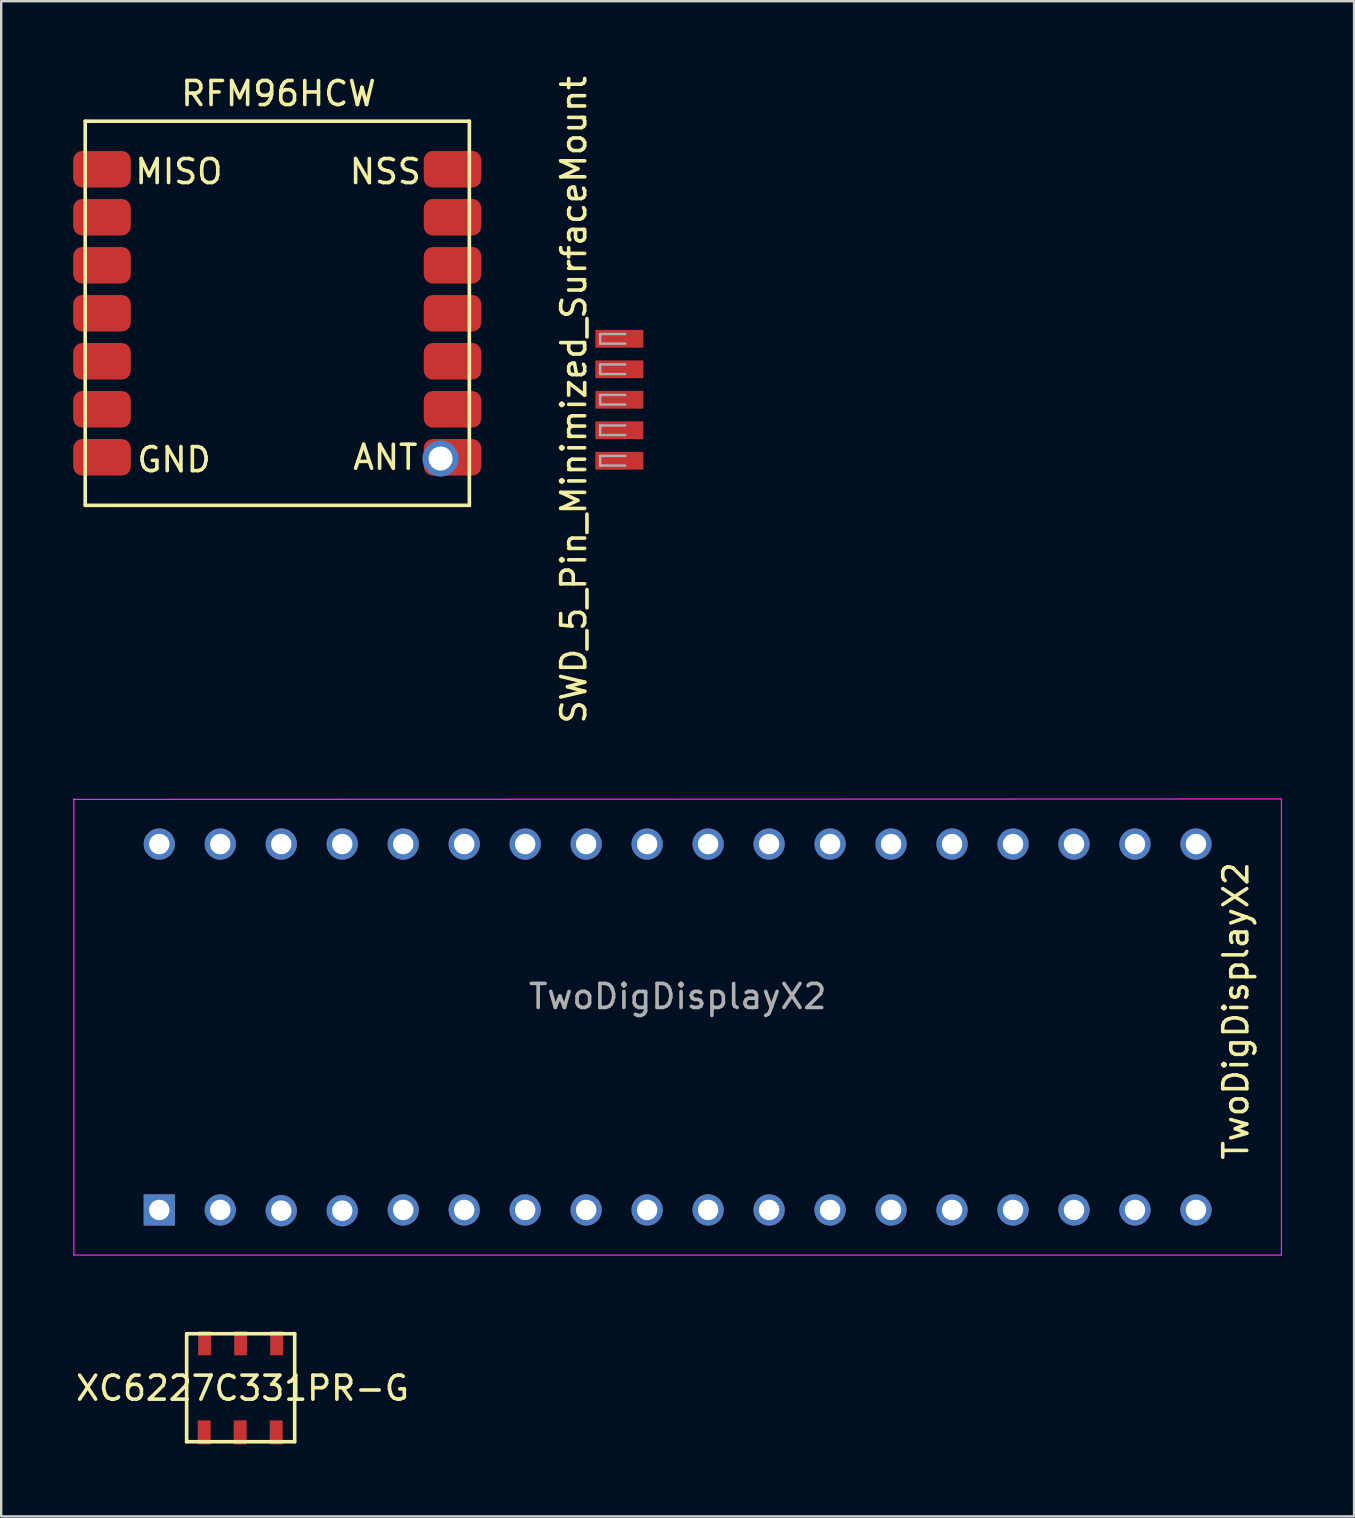
<source format=kicad_pcb>
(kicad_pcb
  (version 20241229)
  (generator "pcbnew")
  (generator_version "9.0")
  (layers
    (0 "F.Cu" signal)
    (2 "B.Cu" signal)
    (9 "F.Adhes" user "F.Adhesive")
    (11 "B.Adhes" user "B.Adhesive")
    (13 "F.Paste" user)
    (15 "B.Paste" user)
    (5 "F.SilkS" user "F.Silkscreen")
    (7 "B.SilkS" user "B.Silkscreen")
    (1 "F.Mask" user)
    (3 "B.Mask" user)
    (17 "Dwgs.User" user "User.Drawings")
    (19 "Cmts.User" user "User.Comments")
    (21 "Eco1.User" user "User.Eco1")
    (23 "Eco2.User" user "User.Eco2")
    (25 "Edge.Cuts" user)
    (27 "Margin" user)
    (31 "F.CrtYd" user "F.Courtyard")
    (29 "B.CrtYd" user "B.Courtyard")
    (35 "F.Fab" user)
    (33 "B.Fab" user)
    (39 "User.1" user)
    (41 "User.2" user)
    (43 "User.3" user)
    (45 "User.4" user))
  (footprint "RFM96HCW"
    (layer "F.Cu")
    (at 8.5 9.998)
    (property "Reference" "RFM96HCW" (at 0.05 -9.15 0) (layer "F.SilkS") (effects (font (size 1 1) (thickness 0.15))))
    (attr through_hole)
    (fp_line (start -8 -8) (end 8 -8) (stroke (width 0.15) (type solid)) (layer "F.SilkS"))
    (fp_line (start -8 8) (end -8 -8) (stroke (width 0.15) (type solid)) (layer "F.SilkS"))
    (fp_line (start 8 -8) (end 8 8) (stroke (width 0.15) (type solid)) (layer "F.SilkS"))
    (fp_line (start 8 8) (end -8 8) (stroke (width 0.15) (type solid)) (layer "F.SilkS"))
    (fp_text user "NSS" (at 4.5 -5.9 0) (layer "F.SilkS") (effects (font (size 1 1) (thickness 0.15))))
    (fp_text user "MISO" (at -4.1 -5.9 0) (layer "F.SilkS") (effects (font (size 1 1) (thickness 0.15))))
    (fp_text user "GND" (at -4.3 6.1 0) (layer "F.SilkS") (effects (font (size 1 1) (thickness 0.15))))
    (fp_text user "ANT" (at 4.5 6 0) (layer "F.SilkS") (effects (font (size 1 1) (thickness 0.15))))
    (pad "1" thru_hole circle (at 6.8 6.05) (size 1.5 1.5) (drill 1) (layers "*.Cu" "*.Mask"))
    (pad "1" smd roundrect (at 7.3 6) (size 2.4 1.524) (layers "F.Cu" "F.Mask" "F.Paste") (roundrect_rratio 0.25))
    (pad "2" smd roundrect (at 7.3 4) (size 2.4 1.524) (layers "F.Cu" "F.Mask" "F.Paste") (roundrect_rratio 0.25))
    (pad "3" smd roundrect (at 7.3 2) (size 2.4 1.524) (layers "F.Cu" "F.Mask" "F.Paste") (roundrect_rratio 0.25))
    (pad "4" smd roundrect (at 7.3 0) (size 2.4 1.524) (layers "F.Cu" "F.Mask" "F.Paste") (roundrect_rratio 0.25))
    (pad "5" smd roundrect (at 7.3 -2) (size 2.4 1.524) (layers "F.Cu" "F.Mask" "F.Paste") (roundrect_rratio 0.25))
    (pad "6" smd roundrect (at 7.3 -4) (size 2.4 1.524) (layers "F.Cu" "F.Mask" "F.Paste") (roundrect_rratio 0.25))
    (pad "7" smd roundrect (at 7.3 -6) (size 2.4 1.524) (layers "F.Cu" "F.Mask" "F.Paste") (roundrect_rratio 0.25))
    (pad "8" smd roundrect (at -7.3 6) (size 2.4 1.524) (layers "F.Cu" "F.Mask" "F.Paste") (roundrect_rratio 0.25))
    (pad "9" smd roundrect (at -7.3 4) (size 2.4 1.524) (layers "F.Cu" "F.Mask" "F.Paste") (roundrect_rratio 0.25))
    (pad "10" smd roundrect (at -7.3 2) (size 2.4 1.524) (layers "F.Cu" "F.Mask" "F.Paste") (roundrect_rratio 0.25))
    (pad "11" smd roundrect (at -7.3 0) (size 2.4 1.524) (layers "F.Cu" "F.Mask" "F.Paste") (roundrect_rratio 0.25))
    (pad "12" smd roundrect (at -7.3 -2) (size 2.4 1.524) (layers "F.Cu" "F.Mask" "F.Paste") (roundrect_rratio 0.25))
    (pad "13" smd roundrect (at -7.3 -4) (size 2.4 1.524) (layers "F.Cu" "F.Mask" "F.Paste") (roundrect_rratio 0.25))
    (pad "14" smd roundrect (at -7.3 -6) (size 2.4 1.524) (layers "F.Cu" "F.Mask" "F.Paste") (roundrect_rratio 0.25)))
  (footprint "SWD_5_Pin_Minimized_SurfaceMount"
    (layer "F.Cu")
    (at 22.748 13.601)
    (property "Reference" "SWD_5_Pin_Minimized_SurfaceMount" (at -1.9 0 90) (layer "F.SilkS") (effects (font (size 1 1) (thickness 0.15))))
    (attr smd)
    (fp_line (start -0.8 -2.74) (end -0.8 -2.34) (stroke (width 0.1) (type solid)) (layer "F.Fab"))
    (fp_line (start -0.8 -2.34) (end 0.245 -2.34) (stroke (width 0.1) (type solid)) (layer "F.Fab"))
    (fp_line (start -0.8 -1.47) (end -0.8 -1.07) (stroke (width 0.1) (type solid)) (layer "F.Fab"))
    (fp_line (start -0.8 -1.07) (end 0.245 -1.07) (stroke (width 0.1) (type solid)) (layer "F.Fab"))
    (fp_line (start -0.8 -0.2) (end -0.8 0.2) (stroke (width 0.1) (type solid)) (layer "F.Fab"))
    (fp_line (start -0.8 0.2) (end 0.245 0.2) (stroke (width 0.1) (type solid)) (layer "F.Fab"))
    (fp_line (start -0.8 1.07) (end -0.8 1.47) (stroke (width 0.1) (type solid)) (layer "F.Fab"))
    (fp_line (start -0.8 1.47) (end 0.245 1.47) (stroke (width 0.1) (type solid)) (layer "F.Fab"))
    (fp_line (start -0.8 2.34) (end -0.8 2.74) (stroke (width 0.1) (type solid)) (layer "F.Fab"))
    (fp_line (start -0.8 2.74) (end 0.245 2.74) (stroke (width 0.1) (type solid)) (layer "F.Fab"))
    (fp_line (start 0.245 -2.74) (end -0.8 -2.74) (stroke (width 0.1) (type solid)) (layer "F.Fab"))
    (fp_line (start 0.245 -1.47) (end -0.8 -1.47) (stroke (width 0.1) (type solid)) (layer "F.Fab"))
    (fp_line (start 0.245 -0.2) (end -0.8 -0.2) (stroke (width 0.1) (type solid)) (layer "F.Fab"))
    (fp_line (start 0.245 1.07) (end -0.8 1.07) (stroke (width 0.1) (type solid)) (layer "F.Fab"))
    (fp_line (start 0.245 2.34) (end -0.8 2.34) (stroke (width 0.1) (type solid)) (layer "F.Fab"))
    (pad "1" smd rect (at 0 -2.54) (size 2 0.74) (layers "F.Cu" "F.Mask" "F.Paste"))
    (pad "2" smd rect (at 0 -1.27) (size 2 0.74) (layers "F.Cu" "F.Mask" "F.Paste"))
    (pad "3" smd rect (at 0 0) (size 2 0.74) (layers "F.Cu" "F.Mask" "F.Paste"))
    (pad "4" smd rect (at 0 1.27) (size 2 0.74) (layers "F.Cu" "F.Mask" "F.Paste"))
    (pad "5" smd rect (at 0 2.54) (size 2 0.74) (layers "F.Cu" "F.Mask" "F.Paste")))
  (footprint "TwoDigDisplayX2"
    (layer "F.Cu")
    (at 3.585 47.347)
    (property "Reference" "TwoDigDisplayX2" (at 44.84 -8.29 90) (layer "F.SilkS") (effects (font (size 1 1) (thickness 0.15))))
    (attr through_hole)
    (fp_line (start -3.56 -17.1) (end 46.74 -17.12) (stroke (width 0.05) (type solid)) (layer "F.CrtYd"))
    (fp_line (start -3.56 1.88) (end -3.56 -17.12) (stroke (width 0.05) (type solid)) (layer "F.CrtYd"))
    (fp_line (start -3.56 1.88) (end 46.74 1.88) (stroke (width 0.05) (type solid)) (layer "F.CrtYd"))
    (fp_line (start 46.74 -17.12) (end 46.74 1.88) (stroke (width 0.05) (type solid)) (layer "F.CrtYd"))
    (fp_text user "${REFERENCE}" (at 21.59 -8.89 0) (layer "F.Fab") (effects (font (size 1 1) (thickness 0.15))))
    (pad "1" thru_hole rect (at 0 0 90) (size 1.3 1.3) (drill 0.85) (layers "*.Cu" "*.Mask"))
    (pad "2" thru_hole circle (at 2.54 0 90) (size 1.3 1.3) (drill 0.85) (layers "*.Cu" "*.Mask"))
    (pad "3" thru_hole circle (at 5.08 0.031 180) (size 1.3 1.3) (drill 0.85) (layers "*.Cu" "*.Mask"))
    (pad "4" thru_hole circle (at 7.62 0.031 90) (size 1.3 1.3) (drill 0.85) (layers "*.Cu" "*.Mask"))
    (pad "5" thru_hole circle (at 10.16 0) (size 1.3 1.3) (drill 0.85) (layers "*.Cu" "*.Mask"))
    (pad "6" thru_hole circle (at 12.7 0) (size 1.3 1.3) (drill 0.85) (layers "*.Cu" "*.Mask"))
    (pad "7" thru_hole circle (at 17.78 0) (size 1.3 1.3) (drill 0.85) (layers "*.Cu" "*.Mask"))
    (pad "8" thru_hole circle (at 15.24 0) (size 1.3 1.3) (drill 0.85) (layers "*.Cu" "*.Mask"))
    (pad "9" thru_hole circle (at 20.32 0) (size 1.3 1.3) (drill 0.85) (layers "*.Cu" "*.Mask"))
    (pad "10" thru_hole circle (at 22.86 0) (size 1.3 1.3) (drill 0.85) (layers "*.Cu" "*.Mask"))
    (pad "11" thru_hole circle (at 25.4 0) (size 1.3 1.3) (drill 0.85) (layers "*.Cu" "*.Mask"))
    (pad "12" thru_hole circle (at 27.94 0) (size 1.3 1.3) (drill 0.85) (layers "*.Cu" "*.Mask"))
    (pad "13" thru_hole circle (at 30.48 0) (size 1.3 1.3) (drill 0.85) (layers "*.Cu" "*.Mask"))
    (pad "14" thru_hole circle (at 33.02 0) (size 1.3 1.3) (drill 0.85) (layers "*.Cu" "*.Mask"))
    (pad "15" thru_hole circle (at 35.56 0) (size 1.3 1.3) (drill 0.85) (layers "*.Cu" "*.Mask"))
    (pad "16" thru_hole circle (at 38.1 0) (size 1.3 1.3) (drill 0.85) (layers "*.Cu" "*.Mask"))
    (pad "17" thru_hole circle (at 40.64 0) (size 1.3 1.3) (drill 0.85) (layers "*.Cu" "*.Mask"))
    (pad "18" thru_hole circle (at 43.18 0) (size 1.3 1.3) (drill 0.85) (layers "*.Cu" "*.Mask"))
    (pad "19" thru_hole circle (at 43.18 -15.24) (size 1.3 1.3) (drill 0.85) (layers "*.Cu" "*.Mask"))
    (pad "20" thru_hole circle (at 40.64 -15.24) (size 1.3 1.3) (drill 0.85) (layers "*.Cu" "*.Mask" "B.Paste"))
    (pad "21" thru_hole circle (at 38.1 -15.24) (size 1.3 1.3) (drill 0.85) (layers "*.Cu" "*.Mask"))
    (pad "22" thru_hole circle (at 35.56 -15.24) (size 1.3 1.3) (drill 0.85) (layers "*.Cu" "*.Mask"))
    (pad "23" thru_hole circle (at 33.02 -15.24) (size 1.3 1.3) (drill 0.85) (layers "*.Cu" "*.Mask"))
    (pad "24" thru_hole circle (at 30.48 -15.24) (size 1.3 1.3) (drill 0.85) (layers "*.Cu" "*.Mask"))
    (pad "25" thru_hole circle (at 27.94 -15.24) (size 1.3 1.3) (drill 0.85) (layers "*.Cu" "*.Mask"))
    (pad "26" thru_hole circle (at 25.4 -15.24) (size 1.3 1.3) (drill 0.85) (layers "*.Cu" "*.Mask"))
    (pad "27" thru_hole circle (at 22.86 -15.24) (size 1.3 1.3) (drill 0.85) (layers "*.Cu" "*.Mask"))
    (pad "28" thru_hole circle (at 20.32 -15.24) (size 1.3 1.3) (drill 0.85) (layers "*.Cu" "*.Mask"))
    (pad "29" thru_hole circle (at 17.78 -15.24) (size 1.3 1.3) (drill 0.85) (layers "*.Cu" "*.Mask"))
    (pad "30" thru_hole circle (at 15.24 -15.24) (size 1.3 1.3) (drill 0.85) (layers "*.Cu" "*.Mask"))
    (pad "31" thru_hole circle (at 12.7 -15.24) (size 1.3 1.3) (drill 0.85) (layers "*.Cu" "*.Mask"))
    (pad "32" thru_hole circle (at 10.16 -15.24) (size 1.3 1.3) (drill 0.85) (layers "*.Cu" "*.Mask"))
    (pad "33" thru_hole circle (at 7.62 -15.24) (size 1.3 1.3) (drill 0.85) (layers "*.Cu" "*.Mask"))
    (pad "34" thru_hole circle (at 5.08 -15.24) (size 1.3 1.3) (drill 0.85) (layers "*.Cu" "*.Mask"))
    (pad "35" thru_hole circle (at 2.54 -15.24) (size 1.3 1.3) (drill 0.85) (layers "*.Cu" "*.Mask"))
    (pad "36" thru_hole circle (at 0 -15.24) (size 1.3 1.3) (drill 0.85) (layers "*.Cu" "*.Mask")))
  (footprint "XC6227C331PR-G"
    (layer "F.Cu")
    (at 4.724 52.502)
    (property "Reference" "XC6227C331PR-G" (at 2.329 2.27 0) (layer "F.SilkS") (effects (font (size 1 1) (thickness 0.15))))
    (attr through_hole)
    (fp_line (start 0 0) (end 4.5 0) (stroke (width 0.15) (type solid)) (layer "F.SilkS"))
    (fp_line (start 0 4.5) (end 0 0) (stroke (width 0.15) (type solid)) (layer "F.SilkS"))
    (fp_line (start 4.5 0) (end 4.5 4.5) (stroke (width 0.15) (type solid)) (layer "F.SilkS"))
    (fp_line (start 4.5 4.5) (end 0 4.5) (stroke (width 0.15) (type solid)) (layer "F.SilkS"))
    (pad "1" smd rect (at 0.73 4.11) (size 0.54 1) (layers "F.Cu" "F.Mask" "F.Paste"))
    (pad "2" smd rect (at 2.23 4.11) (size 0.54 1) (layers "F.Cu" "F.Mask" "F.Paste"))
    (pad "2" smd rect (at 2.25 0.4) (size 0.54 1) (layers "F.Cu" "F.Mask" "F.Paste"))
    (pad "3" smd rect (at 3.73 4.11) (size 0.54 1) (layers "F.Cu" "F.Mask" "F.Paste"))
    (pad "4" smd rect (at 3.75 0.4) (size 0.54 1) (layers "F.Cu" "F.Mask" "F.Paste"))
    (pad "5" smd rect (at 0.75 0.4) (size 0.54 1) (layers "F.Cu" "F.Mask" "F.Paste")))
  (gr_rect
    (start -3 -3)
    (end 53.35 60.112)
    (stroke (width 0.1) (type default))
    (fill no)
    (layer "Edge.Cuts")))
</source>
